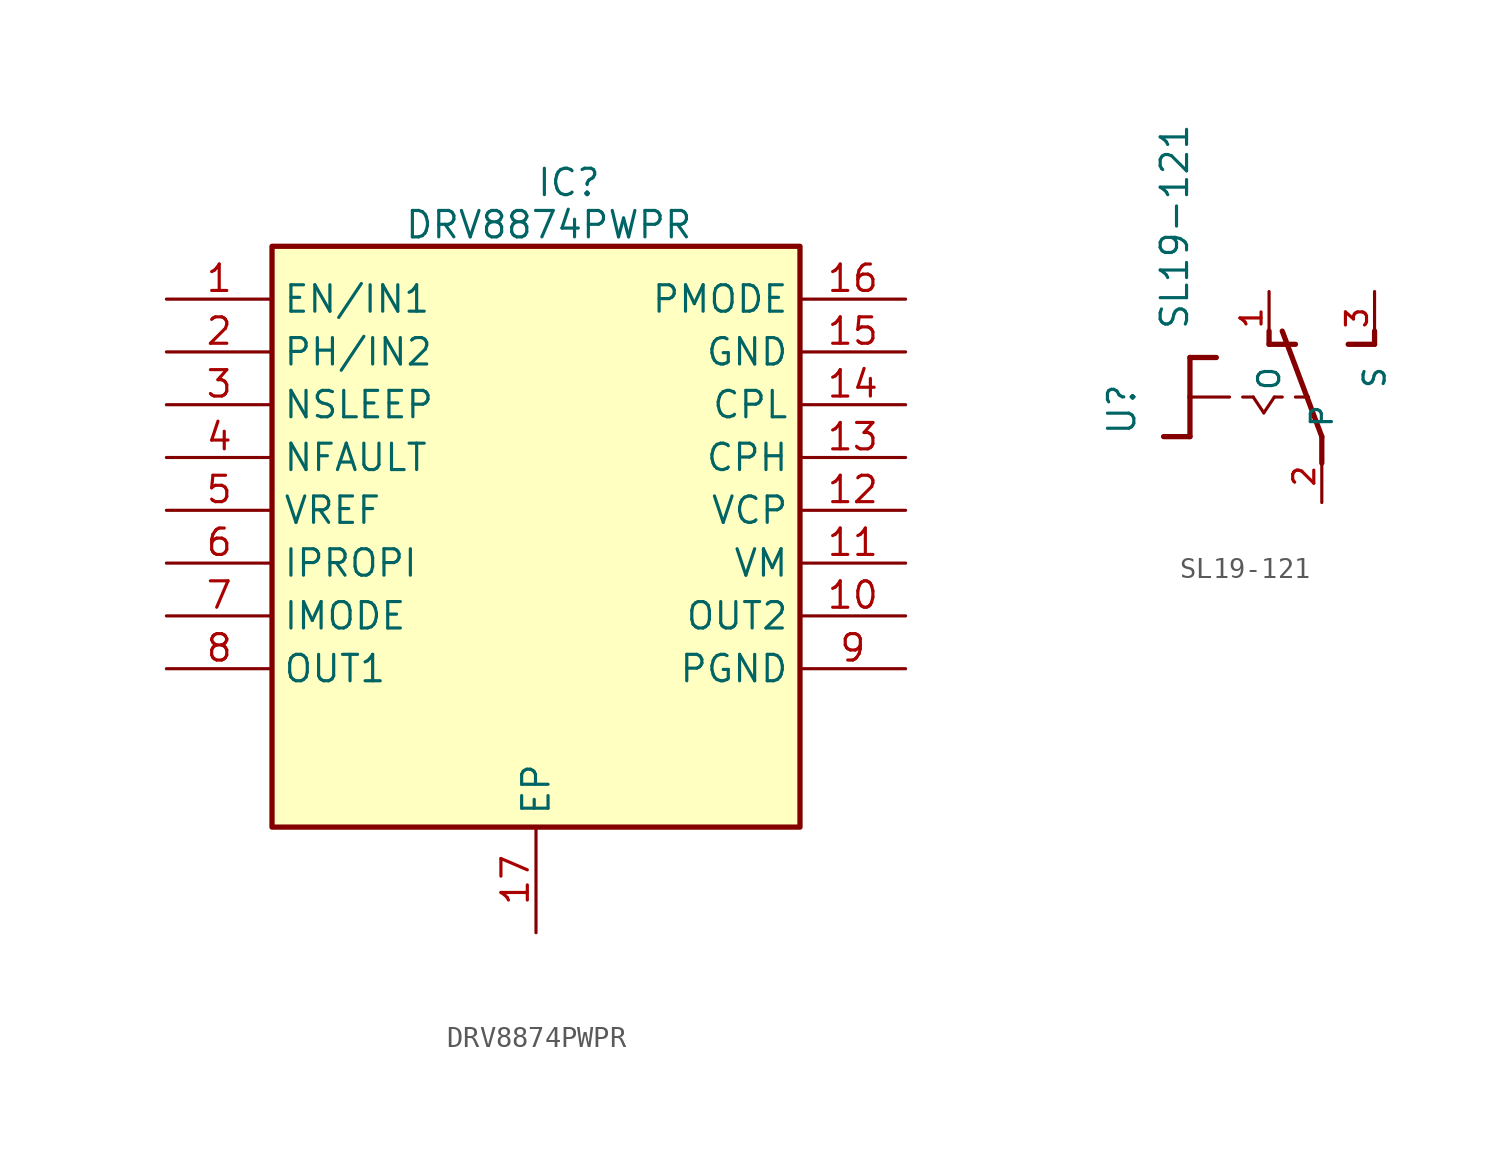
<source format=kicad_sym>
(kicad_symbol_lib
  (version 20241209)
  (generator "kicad_symbol_editor")
  (generator_version "9.0")
  (symbol "DRV8874PWPR"
    (property "Reference" "IC"
      (at 17.78 6.35 0)
      (effects (font (size 1.27 1.27)) (justify left top)))
    (property "Value" "DRV8874PWPR"
      (at 11.43 4.318 0)
      (effects (font (size 1.27 1.27)) (justify left top)))
    (symbol "DRV8874PWPR_1_1"
      (rectangle (start 5.08 2.54) (end 30.48 -25.4) (stroke (width 0.254) (type default)) (fill (type background)))
      (pin passive line (at 0 0 0) (length 5.08) (name "EN/IN1" (effects (font (size 1.27 1.27)))) (number "1" (effects (font (size 1.27 1.27)))))
      (pin passive line (at 0 -2.54 0) (length 5.08) (name "PH/IN2" (effects (font (size 1.27 1.27)))) (number "2" (effects (font (size 1.27 1.27)))))
      (pin passive line (at 0 -5.08 0) (length 5.08) (name "NSLEEP" (effects (font (size 1.27 1.27)))) (number "3" (effects (font (size 1.27 1.27)))))
      (pin passive line (at 0 -7.62 0) (length 5.08) (name "NFAULT" (effects (font (size 1.27 1.27)))) (number "4" (effects (font (size 1.27 1.27)))))
      (pin passive line (at 0 -10.16 0) (length 5.08) (name "VREF" (effects (font (size 1.27 1.27)))) (number "5" (effects (font (size 1.27 1.27)))))
      (pin passive line (at 0 -12.7 0) (length 5.08) (name "IPROPI" (effects (font (size 1.27 1.27)))) (number "6" (effects (font (size 1.27 1.27)))))
      (pin passive line (at 0 -15.24 0) (length 5.08) (name "IMODE" (effects (font (size 1.27 1.27)))) (number "7" (effects (font (size 1.27 1.27)))))
      (pin passive line (at 0 -17.78 0) (length 5.08) (name "OUT1" (effects (font (size 1.27 1.27)))) (number "8" (effects (font (size 1.27 1.27)))))
      (pin passive line (at 17.78 -30.48 90) (length 5.08) (name "EP" (effects (font (size 1.27 1.27)))) (number "17" (effects (font (size 1.27 1.27)))))
      (pin passive line (at 35.56 0 180) (length 5.08) (name "PMODE" (effects (font (size 1.27 1.27)))) (number "16" (effects (font (size 1.27 1.27)))))
      (pin passive line (at 35.56 -2.54 180) (length 5.08) (name "GND" (effects (font (size 1.27 1.27)))) (number "15" (effects (font (size 1.27 1.27)))))
      (pin passive line (at 35.56 -5.08 180) (length 5.08) (name "CPL" (effects (font (size 1.27 1.27)))) (number "14" (effects (font (size 1.27 1.27)))))
      (pin passive line (at 35.56 -7.62 180) (length 5.08) (name "CPH" (effects (font (size 1.27 1.27)))) (number "13" (effects (font (size 1.27 1.27)))))
      (pin passive line (at 35.56 -10.16 180) (length 5.08) (name "VCP" (effects (font (size 1.27 1.27)))) (number "12" (effects (font (size 1.27 1.27)))))
      (pin passive line (at 35.56 -12.7 180) (length 5.08) (name "VM" (effects (font (size 1.27 1.27)))) (number "11" (effects (font (size 1.27 1.27)))))
      (pin passive line (at 35.56 -15.24 180) (length 5.08) (name "OUT2" (effects (font (size 1.27 1.27)))) (number "10" (effects (font (size 1.27 1.27)))))
      (pin passive line (at 35.56 -17.78 180) (length 5.08) (name "PGND" (effects (font (size 1.27 1.27)))) (number "9" (effects (font (size 1.27 1.27)))))))
  (symbol "SL19-121"
    (pin_names
      (offset 1.016))
    (property "Reference" "U"
      (at -6.35 -1.905 90)
      (effects (font (size 1.27 1.27)) (justify left bottom)))
    (property "Value" "SL19-121"
      (at -3.81 3.175 90)
      (effects (font (size 1.27 1.27)) (justify left bottom)))
    (symbol "SL19-121_0_0"
      (polyline (pts (xy -3.81 1.905) (xy -3.81 0)) (stroke (width 0.254) (type default)) (fill (type none)))
      (polyline (pts (xy -3.81 1.905) (xy -2.54 1.905)) (stroke (width 0.254) (type default)) (fill (type none)))
      (polyline (pts (xy -3.81 0) (xy -3.81 -1.905)) (stroke (width 0.254) (type default)) (fill (type none)))
      (polyline (pts (xy -3.81 0) (xy -1.905 0)) (stroke (width 0.152) (type default)) (fill (type none)))
      (polyline (pts (xy -3.81 -1.905) (xy -5.08 -1.905)) (stroke (width 0.254) (type default)) (fill (type none)))
      (polyline (pts (xy -1.27 0) (xy -0.762 0)) (stroke (width 0.152) (type default)) (fill (type none)))
      (polyline (pts (xy -0.762 0) (xy -0.254 -0.762)) (stroke (width 0.152) (type default)) (fill (type none)))
      (polyline (pts (xy -0.254 -0.762) (xy 0.254 0)) (stroke (width 0.152) (type default)) (fill (type none)))
      (polyline (pts (xy 0 2.54) (xy 0 3.175)) (stroke (width 0.254) (type default)) (fill (type none)))
      (polyline (pts (xy 0 2.54) (xy 1.27 2.54)) (stroke (width 0.254) (type default)) (fill (type none)))
      (polyline (pts (xy 0.254 0) (xy 0.635 0)) (stroke (width 0.152) (type default)) (fill (type none)))
      (polyline (pts (xy 1.27 0) (xy 1.905 0)) (stroke (width 0.152) (type default)) (fill (type none)))
      (polyline (pts (xy 2.54 -1.905) (xy 0.635 3.175)) (stroke (width 0.254) (type default)) (fill (type none)))
      (polyline (pts (xy 2.54 -3.175) (xy 2.54 -1.905)) (stroke (width 0.254) (type default)) (fill (type none)))
      (polyline (pts (xy 3.81 2.54) (xy 5.08 2.54)) (stroke (width 0.254) (type default)) (fill (type none)))
      (polyline (pts (xy 5.08 2.54) (xy 5.08 3.175)) (stroke (width 0.254) (type default)) (fill (type none)))
      (pin passive line (at 0 5.08 270) (length 2.54) (name "O" (effects (font (size 1.016 1.016)))) (number "1" (effects (font (size 1.016 1.016)))))
      (pin passive line (at 2.54 -5.08 90) (length 2.54) (name "P" (effects (font (size 1.016 1.016)))) (number "2" (effects (font (size 1.016 1.016)))))
      (pin passive line (at 5.08 5.08 270) (length 2.54) (name "S" (effects (font (size 1.016 1.016)))) (number "3" (effects (font (size 1.016 1.016))))))))
</source>
